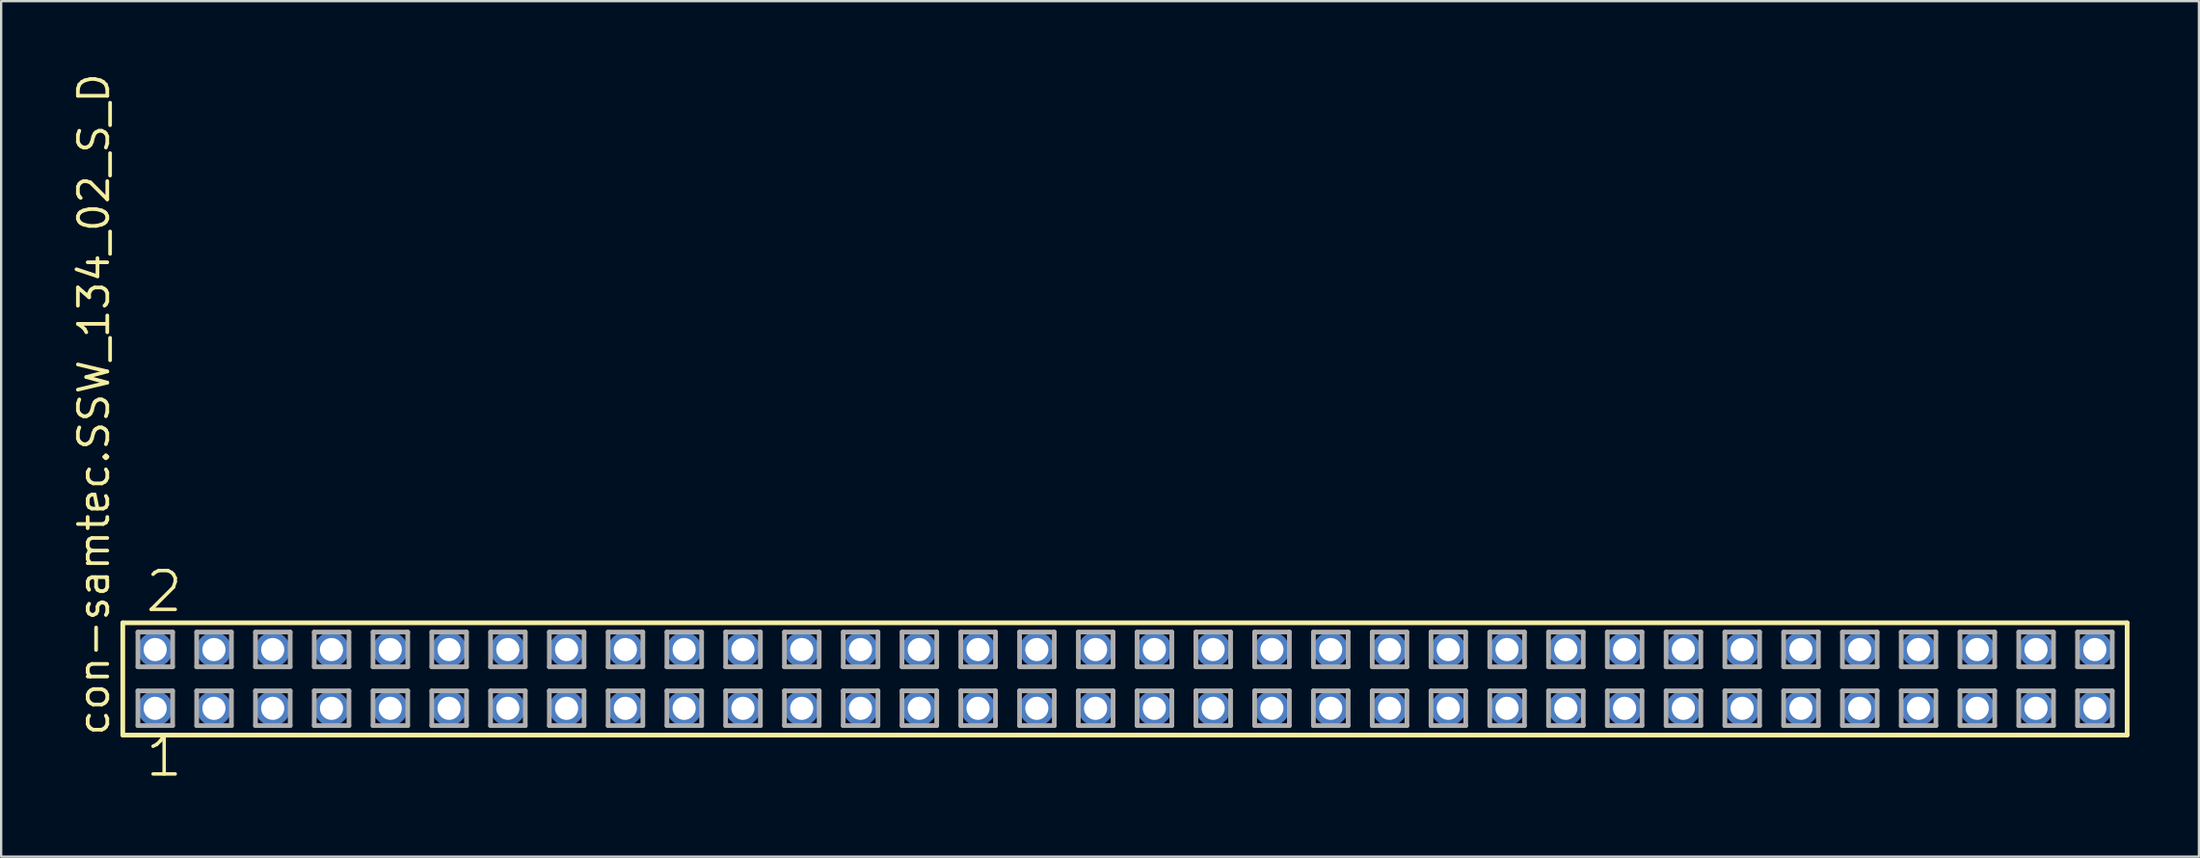
<source format=kicad_pcb>
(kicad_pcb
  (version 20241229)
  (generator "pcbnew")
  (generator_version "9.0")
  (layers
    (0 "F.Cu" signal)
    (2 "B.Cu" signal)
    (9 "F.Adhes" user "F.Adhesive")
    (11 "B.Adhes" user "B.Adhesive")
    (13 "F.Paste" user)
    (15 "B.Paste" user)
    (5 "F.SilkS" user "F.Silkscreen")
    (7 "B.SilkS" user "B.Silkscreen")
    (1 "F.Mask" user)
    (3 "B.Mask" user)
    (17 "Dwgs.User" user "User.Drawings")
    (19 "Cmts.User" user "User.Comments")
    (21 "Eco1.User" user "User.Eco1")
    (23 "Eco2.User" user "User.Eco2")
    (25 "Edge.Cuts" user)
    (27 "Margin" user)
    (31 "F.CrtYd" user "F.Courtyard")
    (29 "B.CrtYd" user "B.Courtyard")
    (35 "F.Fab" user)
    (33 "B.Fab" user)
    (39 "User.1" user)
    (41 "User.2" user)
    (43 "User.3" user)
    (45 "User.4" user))
  (footprint "con-samtec.SSW_134_02_S_D"
    (layer "F.Cu")
    (at 45.565 26.291)
    (property "Reference" "con-samtec.SSW_134_02_S_D" (at -43.815 2.54 90) (layer "F.SilkS") (effects (font (size 1.27 1.27) (thickness 0.16)) (justify left bottom)))
    (attr through_hole)
    (fp_line (start -43.309 -2.425) (end 43.309 -2.425) (stroke (width 0.203) (type default)) (layer "F.SilkS"))
    (fp_line (start -43.309 2.425) (end -43.309 -2.425) (stroke (width 0.203) (type default)) (layer "F.SilkS"))
    (fp_line (start 43.309 -2.425) (end 43.309 2.425) (stroke (width 0.203) (type default)) (layer "F.SilkS"))
    (fp_line (start 43.309 2.425) (end -43.309 2.425) (stroke (width 0.203) (type default)) (layer "F.SilkS"))
    (fp_line (start -42.655 -2.025) (end -41.155 -2.025) (stroke (width 0.203) (type default)) (layer "F.Fab"))
    (fp_line (start -42.655 -0.525) (end -42.655 -2.025) (stroke (width 0.203) (type default)) (layer "F.Fab"))
    (fp_line (start -42.655 0.515) (end -41.155 0.515) (stroke (width 0.203) (type default)) (layer "F.Fab"))
    (fp_line (start -42.655 2.015) (end -42.655 0.515) (stroke (width 0.203) (type default)) (layer "F.Fab"))
    (fp_line (start -41.155 -2.025) (end -41.155 -0.525) (stroke (width 0.203) (type default)) (layer "F.Fab"))
    (fp_line (start -41.155 -0.525) (end -42.655 -0.525) (stroke (width 0.203) (type default)) (layer "F.Fab"))
    (fp_line (start -41.155 0.515) (end -41.155 2.015) (stroke (width 0.203) (type default)) (layer "F.Fab"))
    (fp_line (start -41.155 2.015) (end -42.655 2.015) (stroke (width 0.203) (type default)) (layer "F.Fab"))
    (fp_line (start -40.115 -2.025) (end -38.615 -2.025) (stroke (width 0.203) (type default)) (layer "F.Fab"))
    (fp_line (start -40.115 -0.525) (end -40.115 -2.025) (stroke (width 0.203) (type default)) (layer "F.Fab"))
    (fp_line (start -40.115 0.515) (end -38.615 0.515) (stroke (width 0.203) (type default)) (layer "F.Fab"))
    (fp_line (start -40.115 2.015) (end -40.115 0.515) (stroke (width 0.203) (type default)) (layer "F.Fab"))
    (fp_line (start -38.615 -2.025) (end -38.615 -0.525) (stroke (width 0.203) (type default)) (layer "F.Fab"))
    (fp_line (start -38.615 -0.525) (end -40.115 -0.525) (stroke (width 0.203) (type default)) (layer "F.Fab"))
    (fp_line (start -38.615 0.515) (end -38.615 2.015) (stroke (width 0.203) (type default)) (layer "F.Fab"))
    (fp_line (start -38.615 2.015) (end -40.115 2.015) (stroke (width 0.203) (type default)) (layer "F.Fab"))
    (fp_line (start -37.575 -2.025) (end -36.075 -2.025) (stroke (width 0.203) (type default)) (layer "F.Fab"))
    (fp_line (start -37.575 -0.525) (end -37.575 -2.025) (stroke (width 0.203) (type default)) (layer "F.Fab"))
    (fp_line (start -37.575 0.515) (end -36.075 0.515) (stroke (width 0.203) (type default)) (layer "F.Fab"))
    (fp_line (start -37.575 2.015) (end -37.575 0.515) (stroke (width 0.203) (type default)) (layer "F.Fab"))
    (fp_line (start -36.075 -2.025) (end -36.075 -0.525) (stroke (width 0.203) (type default)) (layer "F.Fab"))
    (fp_line (start -36.075 -0.525) (end -37.575 -0.525) (stroke (width 0.203) (type default)) (layer "F.Fab"))
    (fp_line (start -36.075 0.515) (end -36.075 2.015) (stroke (width 0.203) (type default)) (layer "F.Fab"))
    (fp_line (start -36.075 2.015) (end -37.575 2.015) (stroke (width 0.203) (type default)) (layer "F.Fab"))
    (fp_line (start -35.035 -2.025) (end -33.535 -2.025) (stroke (width 0.203) (type default)) (layer "F.Fab"))
    (fp_line (start -35.035 -0.525) (end -35.035 -2.025) (stroke (width 0.203) (type default)) (layer "F.Fab"))
    (fp_line (start -35.035 0.515) (end -33.535 0.515) (stroke (width 0.203) (type default)) (layer "F.Fab"))
    (fp_line (start -35.035 2.015) (end -35.035 0.515) (stroke (width 0.203) (type default)) (layer "F.Fab"))
    (fp_line (start -33.535 -2.025) (end -33.535 -0.525) (stroke (width 0.203) (type default)) (layer "F.Fab"))
    (fp_line (start -33.535 -0.525) (end -35.035 -0.525) (stroke (width 0.203) (type default)) (layer "F.Fab"))
    (fp_line (start -33.535 0.515) (end -33.535 2.015) (stroke (width 0.203) (type default)) (layer "F.Fab"))
    (fp_line (start -33.535 2.015) (end -35.035 2.015) (stroke (width 0.203) (type default)) (layer "F.Fab"))
    (fp_line (start -32.495 -2.025) (end -30.995 -2.025) (stroke (width 0.203) (type default)) (layer "F.Fab"))
    (fp_line (start -32.495 -0.525) (end -32.495 -2.025) (stroke (width 0.203) (type default)) (layer "F.Fab"))
    (fp_line (start -32.495 0.515) (end -30.995 0.515) (stroke (width 0.203) (type default)) (layer "F.Fab"))
    (fp_line (start -32.495 2.015) (end -32.495 0.515) (stroke (width 0.203) (type default)) (layer "F.Fab"))
    (fp_line (start -30.995 -2.025) (end -30.995 -0.525) (stroke (width 0.203) (type default)) (layer "F.Fab"))
    (fp_line (start -30.995 -0.525) (end -32.495 -0.525) (stroke (width 0.203) (type default)) (layer "F.Fab"))
    (fp_line (start -30.995 0.515) (end -30.995 2.015) (stroke (width 0.203) (type default)) (layer "F.Fab"))
    (fp_line (start -30.995 2.015) (end -32.495 2.015) (stroke (width 0.203) (type default)) (layer "F.Fab"))
    (fp_line (start -29.955 -2.025) (end -28.455 -2.025) (stroke (width 0.203) (type default)) (layer "F.Fab"))
    (fp_line (start -29.955 -0.525) (end -29.955 -2.025) (stroke (width 0.203) (type default)) (layer "F.Fab"))
    (fp_line (start -29.955 0.515) (end -28.455 0.515) (stroke (width 0.203) (type default)) (layer "F.Fab"))
    (fp_line (start -29.955 2.015) (end -29.955 0.515) (stroke (width 0.203) (type default)) (layer "F.Fab"))
    (fp_line (start -28.455 -2.025) (end -28.455 -0.525) (stroke (width 0.203) (type default)) (layer "F.Fab"))
    (fp_line (start -28.455 -0.525) (end -29.955 -0.525) (stroke (width 0.203) (type default)) (layer "F.Fab"))
    (fp_line (start -28.455 0.515) (end -28.455 2.015) (stroke (width 0.203) (type default)) (layer "F.Fab"))
    (fp_line (start -28.455 2.015) (end -29.955 2.015) (stroke (width 0.203) (type default)) (layer "F.Fab"))
    (fp_line (start -27.415 -2.025) (end -25.915 -2.025) (stroke (width 0.203) (type default)) (layer "F.Fab"))
    (fp_line (start -27.415 -0.525) (end -27.415 -2.025) (stroke (width 0.203) (type default)) (layer "F.Fab"))
    (fp_line (start -27.415 0.515) (end -25.915 0.515) (stroke (width 0.203) (type default)) (layer "F.Fab"))
    (fp_line (start -27.415 2.015) (end -27.415 0.515) (stroke (width 0.203) (type default)) (layer "F.Fab"))
    (fp_line (start -25.915 -2.025) (end -25.915 -0.525) (stroke (width 0.203) (type default)) (layer "F.Fab"))
    (fp_line (start -25.915 -0.525) (end -27.415 -0.525) (stroke (width 0.203) (type default)) (layer "F.Fab"))
    (fp_line (start -25.915 0.515) (end -25.915 2.015) (stroke (width 0.203) (type default)) (layer "F.Fab"))
    (fp_line (start -25.915 2.015) (end -27.415 2.015) (stroke (width 0.203) (type default)) (layer "F.Fab"))
    (fp_line (start -24.875 -2.025) (end -23.375 -2.025) (stroke (width 0.203) (type default)) (layer "F.Fab"))
    (fp_line (start -24.875 -0.525) (end -24.875 -2.025) (stroke (width 0.203) (type default)) (layer "F.Fab"))
    (fp_line (start -24.875 0.515) (end -23.375 0.515) (stroke (width 0.203) (type default)) (layer "F.Fab"))
    (fp_line (start -24.875 2.015) (end -24.875 0.515) (stroke (width 0.203) (type default)) (layer "F.Fab"))
    (fp_line (start -23.375 -2.025) (end -23.375 -0.525) (stroke (width 0.203) (type default)) (layer "F.Fab"))
    (fp_line (start -23.375 -0.525) (end -24.875 -0.525) (stroke (width 0.203) (type default)) (layer "F.Fab"))
    (fp_line (start -23.375 0.515) (end -23.375 2.015) (stroke (width 0.203) (type default)) (layer "F.Fab"))
    (fp_line (start -23.375 2.015) (end -24.875 2.015) (stroke (width 0.203) (type default)) (layer "F.Fab"))
    (fp_line (start -22.335 -2.025) (end -20.835 -2.025) (stroke (width 0.203) (type default)) (layer "F.Fab"))
    (fp_line (start -22.335 -0.525) (end -22.335 -2.025) (stroke (width 0.203) (type default)) (layer "F.Fab"))
    (fp_line (start -22.335 0.515) (end -20.835 0.515) (stroke (width 0.203) (type default)) (layer "F.Fab"))
    (fp_line (start -22.335 2.015) (end -22.335 0.515) (stroke (width 0.203) (type default)) (layer "F.Fab"))
    (fp_line (start -20.835 -2.025) (end -20.835 -0.525) (stroke (width 0.203) (type default)) (layer "F.Fab"))
    (fp_line (start -20.835 -0.525) (end -22.335 -0.525) (stroke (width 0.203) (type default)) (layer "F.Fab"))
    (fp_line (start -20.835 0.515) (end -20.835 2.015) (stroke (width 0.203) (type default)) (layer "F.Fab"))
    (fp_line (start -20.835 2.015) (end -22.335 2.015) (stroke (width 0.203) (type default)) (layer "F.Fab"))
    (fp_line (start -19.795 -2.025) (end -18.295 -2.025) (stroke (width 0.203) (type default)) (layer "F.Fab"))
    (fp_line (start -19.795 -0.525) (end -19.795 -2.025) (stroke (width 0.203) (type default)) (layer "F.Fab"))
    (fp_line (start -19.795 0.515) (end -18.295 0.515) (stroke (width 0.203) (type default)) (layer "F.Fab"))
    (fp_line (start -19.795 2.015) (end -19.795 0.515) (stroke (width 0.203) (type default)) (layer "F.Fab"))
    (fp_line (start -18.295 -2.025) (end -18.295 -0.525) (stroke (width 0.203) (type default)) (layer "F.Fab"))
    (fp_line (start -18.295 -0.525) (end -19.795 -0.525) (stroke (width 0.203) (type default)) (layer "F.Fab"))
    (fp_line (start -18.295 0.515) (end -18.295 2.015) (stroke (width 0.203) (type default)) (layer "F.Fab"))
    (fp_line (start -18.295 2.015) (end -19.795 2.015) (stroke (width 0.203) (type default)) (layer "F.Fab"))
    (fp_line (start -17.255 -2.025) (end -15.755 -2.025) (stroke (width 0.203) (type default)) (layer "F.Fab"))
    (fp_line (start -17.255 -0.525) (end -17.255 -2.025) (stroke (width 0.203) (type default)) (layer "F.Fab"))
    (fp_line (start -17.255 0.515) (end -15.755 0.515) (stroke (width 0.203) (type default)) (layer "F.Fab"))
    (fp_line (start -17.255 2.015) (end -17.255 0.515) (stroke (width 0.203) (type default)) (layer "F.Fab"))
    (fp_line (start -15.755 -2.025) (end -15.755 -0.525) (stroke (width 0.203) (type default)) (layer "F.Fab"))
    (fp_line (start -15.755 -0.525) (end -17.255 -0.525) (stroke (width 0.203) (type default)) (layer "F.Fab"))
    (fp_line (start -15.755 0.515) (end -15.755 2.015) (stroke (width 0.203) (type default)) (layer "F.Fab"))
    (fp_line (start -15.755 2.015) (end -17.255 2.015) (stroke (width 0.203) (type default)) (layer "F.Fab"))
    (fp_line (start -14.715 -2.025) (end -13.215 -2.025) (stroke (width 0.203) (type default)) (layer "F.Fab"))
    (fp_line (start -14.715 -0.525) (end -14.715 -2.025) (stroke (width 0.203) (type default)) (layer "F.Fab"))
    (fp_line (start -14.715 0.515) (end -13.215 0.515) (stroke (width 0.203) (type default)) (layer "F.Fab"))
    (fp_line (start -14.715 2.015) (end -14.715 0.515) (stroke (width 0.203) (type default)) (layer "F.Fab"))
    (fp_line (start -13.215 -2.025) (end -13.215 -0.525) (stroke (width 0.203) (type default)) (layer "F.Fab"))
    (fp_line (start -13.215 -0.525) (end -14.715 -0.525) (stroke (width 0.203) (type default)) (layer "F.Fab"))
    (fp_line (start -13.215 0.515) (end -13.215 2.015) (stroke (width 0.203) (type default)) (layer "F.Fab"))
    (fp_line (start -13.215 2.015) (end -14.715 2.015) (stroke (width 0.203) (type default)) (layer "F.Fab"))
    (fp_line (start -12.175 -2.025) (end -10.675 -2.025) (stroke (width 0.203) (type default)) (layer "F.Fab"))
    (fp_line (start -12.175 -0.525) (end -12.175 -2.025) (stroke (width 0.203) (type default)) (layer "F.Fab"))
    (fp_line (start -12.175 0.515) (end -10.675 0.515) (stroke (width 0.203) (type default)) (layer "F.Fab"))
    (fp_line (start -12.175 2.015) (end -12.175 0.515) (stroke (width 0.203) (type default)) (layer "F.Fab"))
    (fp_line (start -10.675 -2.025) (end -10.675 -0.525) (stroke (width 0.203) (type default)) (layer "F.Fab"))
    (fp_line (start -10.675 -0.525) (end -12.175 -0.525) (stroke (width 0.203) (type default)) (layer "F.Fab"))
    (fp_line (start -10.675 0.515) (end -10.675 2.015) (stroke (width 0.203) (type default)) (layer "F.Fab"))
    (fp_line (start -10.675 2.015) (end -12.175 2.015) (stroke (width 0.203) (type default)) (layer "F.Fab"))
    (fp_line (start -9.635 -2.025) (end -8.135 -2.025) (stroke (width 0.203) (type default)) (layer "F.Fab"))
    (fp_line (start -9.635 -0.525) (end -9.635 -2.025) (stroke (width 0.203) (type default)) (layer "F.Fab"))
    (fp_line (start -9.635 0.515) (end -8.135 0.515) (stroke (width 0.203) (type default)) (layer "F.Fab"))
    (fp_line (start -9.635 2.015) (end -9.635 0.515) (stroke (width 0.203) (type default)) (layer "F.Fab"))
    (fp_line (start -8.135 -2.025) (end -8.135 -0.525) (stroke (width 0.203) (type default)) (layer "F.Fab"))
    (fp_line (start -8.135 -0.525) (end -9.635 -0.525) (stroke (width 0.203) (type default)) (layer "F.Fab"))
    (fp_line (start -8.135 0.515) (end -8.135 2.015) (stroke (width 0.203) (type default)) (layer "F.Fab"))
    (fp_line (start -8.135 2.015) (end -9.635 2.015) (stroke (width 0.203) (type default)) (layer "F.Fab"))
    (fp_line (start -7.095 -2.025) (end -5.595 -2.025) (stroke (width 0.203) (type default)) (layer "F.Fab"))
    (fp_line (start -7.095 -0.525) (end -7.095 -2.025) (stroke (width 0.203) (type default)) (layer "F.Fab"))
    (fp_line (start -7.095 0.515) (end -5.595 0.515) (stroke (width 0.203) (type default)) (layer "F.Fab"))
    (fp_line (start -7.095 2.015) (end -7.095 0.515) (stroke (width 0.203) (type default)) (layer "F.Fab"))
    (fp_line (start -5.595 -2.025) (end -5.595 -0.525) (stroke (width 0.203) (type default)) (layer "F.Fab"))
    (fp_line (start -5.595 -0.525) (end -7.095 -0.525) (stroke (width 0.203) (type default)) (layer "F.Fab"))
    (fp_line (start -5.595 0.515) (end -5.595 2.015) (stroke (width 0.203) (type default)) (layer "F.Fab"))
    (fp_line (start -5.595 2.015) (end -7.095 2.015) (stroke (width 0.203) (type default)) (layer "F.Fab"))
    (fp_line (start -4.555 -2.025) (end -3.055 -2.025) (stroke (width 0.203) (type default)) (layer "F.Fab"))
    (fp_line (start -4.555 -0.525) (end -4.555 -2.025) (stroke (width 0.203) (type default)) (layer "F.Fab"))
    (fp_line (start -4.555 0.515) (end -3.055 0.515) (stroke (width 0.203) (type default)) (layer "F.Fab"))
    (fp_line (start -4.555 2.015) (end -4.555 0.515) (stroke (width 0.203) (type default)) (layer "F.Fab"))
    (fp_line (start -3.055 -2.025) (end -3.055 -0.525) (stroke (width 0.203) (type default)) (layer "F.Fab"))
    (fp_line (start -3.055 -0.525) (end -4.555 -0.525) (stroke (width 0.203) (type default)) (layer "F.Fab"))
    (fp_line (start -3.055 0.515) (end -3.055 2.015) (stroke (width 0.203) (type default)) (layer "F.Fab"))
    (fp_line (start -3.055 2.015) (end -4.555 2.015) (stroke (width 0.203) (type default)) (layer "F.Fab"))
    (fp_line (start -2.015 -2.025) (end -0.515 -2.025) (stroke (width 0.203) (type default)) (layer "F.Fab"))
    (fp_line (start -2.015 -0.525) (end -2.015 -2.025) (stroke (width 0.203) (type default)) (layer "F.Fab"))
    (fp_line (start -2.015 0.515) (end -0.515 0.515) (stroke (width 0.203) (type default)) (layer "F.Fab"))
    (fp_line (start -2.015 2.015) (end -2.015 0.515) (stroke (width 0.203) (type default)) (layer "F.Fab"))
    (fp_line (start -0.515 -2.025) (end -0.515 -0.525) (stroke (width 0.203) (type default)) (layer "F.Fab"))
    (fp_line (start -0.515 -0.525) (end -2.015 -0.525) (stroke (width 0.203) (type default)) (layer "F.Fab"))
    (fp_line (start -0.515 0.515) (end -0.515 2.015) (stroke (width 0.203) (type default)) (layer "F.Fab"))
    (fp_line (start -0.515 2.015) (end -2.015 2.015) (stroke (width 0.203) (type default)) (layer "F.Fab"))
    (fp_line (start 0.525 -2.025) (end 2.025 -2.025) (stroke (width 0.203) (type default)) (layer "F.Fab"))
    (fp_line (start 0.525 -0.525) (end 0.525 -2.025) (stroke (width 0.203) (type default)) (layer "F.Fab"))
    (fp_line (start 0.525 0.515) (end 2.025 0.515) (stroke (width 0.203) (type default)) (layer "F.Fab"))
    (fp_line (start 0.525 2.015) (end 0.525 0.515) (stroke (width 0.203) (type default)) (layer "F.Fab"))
    (fp_line (start 2.025 -2.025) (end 2.025 -0.525) (stroke (width 0.203) (type default)) (layer "F.Fab"))
    (fp_line (start 2.025 -0.525) (end 0.525 -0.525) (stroke (width 0.203) (type default)) (layer "F.Fab"))
    (fp_line (start 2.025 0.515) (end 2.025 2.015) (stroke (width 0.203) (type default)) (layer "F.Fab"))
    (fp_line (start 2.025 2.015) (end 0.525 2.015) (stroke (width 0.203) (type default)) (layer "F.Fab"))
    (fp_line (start 3.065 -2.025) (end 4.565 -2.025) (stroke (width 0.203) (type default)) (layer "F.Fab"))
    (fp_line (start 3.065 -0.525) (end 3.065 -2.025) (stroke (width 0.203) (type default)) (layer "F.Fab"))
    (fp_line (start 3.065 0.515) (end 4.565 0.515) (stroke (width 0.203) (type default)) (layer "F.Fab"))
    (fp_line (start 3.065 2.015) (end 3.065 0.515) (stroke (width 0.203) (type default)) (layer "F.Fab"))
    (fp_line (start 4.565 -2.025) (end 4.565 -0.525) (stroke (width 0.203) (type default)) (layer "F.Fab"))
    (fp_line (start 4.565 -0.525) (end 3.065 -0.525) (stroke (width 0.203) (type default)) (layer "F.Fab"))
    (fp_line (start 4.565 0.515) (end 4.565 2.015) (stroke (width 0.203) (type default)) (layer "F.Fab"))
    (fp_line (start 4.565 2.015) (end 3.065 2.015) (stroke (width 0.203) (type default)) (layer "F.Fab"))
    (fp_line (start 5.605 -2.025) (end 7.105 -2.025) (stroke (width 0.203) (type default)) (layer "F.Fab"))
    (fp_line (start 5.605 -0.525) (end 5.605 -2.025) (stroke (width 0.203) (type default)) (layer "F.Fab"))
    (fp_line (start 5.605 0.515) (end 7.105 0.515) (stroke (width 0.203) (type default)) (layer "F.Fab"))
    (fp_line (start 5.605 2.015) (end 5.605 0.515) (stroke (width 0.203) (type default)) (layer "F.Fab"))
    (fp_line (start 7.105 -2.025) (end 7.105 -0.525) (stroke (width 0.203) (type default)) (layer "F.Fab"))
    (fp_line (start 7.105 -0.525) (end 5.605 -0.525) (stroke (width 0.203) (type default)) (layer "F.Fab"))
    (fp_line (start 7.105 0.515) (end 7.105 2.015) (stroke (width 0.203) (type default)) (layer "F.Fab"))
    (fp_line (start 7.105 2.015) (end 5.605 2.015) (stroke (width 0.203) (type default)) (layer "F.Fab"))
    (fp_line (start 8.145 -2.025) (end 9.645 -2.025) (stroke (width 0.203) (type default)) (layer "F.Fab"))
    (fp_line (start 8.145 -0.525) (end 8.145 -2.025) (stroke (width 0.203) (type default)) (layer "F.Fab"))
    (fp_line (start 8.145 0.515) (end 9.645 0.515) (stroke (width 0.203) (type default)) (layer "F.Fab"))
    (fp_line (start 8.145 2.015) (end 8.145 0.515) (stroke (width 0.203) (type default)) (layer "F.Fab"))
    (fp_line (start 9.645 -2.025) (end 9.645 -0.525) (stroke (width 0.203) (type default)) (layer "F.Fab"))
    (fp_line (start 9.645 -0.525) (end 8.145 -0.525) (stroke (width 0.203) (type default)) (layer "F.Fab"))
    (fp_line (start 9.645 0.515) (end 9.645 2.015) (stroke (width 0.203) (type default)) (layer "F.Fab"))
    (fp_line (start 9.645 2.015) (end 8.145 2.015) (stroke (width 0.203) (type default)) (layer "F.Fab"))
    (fp_line (start 10.685 -2.025) (end 12.185 -2.025) (stroke (width 0.203) (type default)) (layer "F.Fab"))
    (fp_line (start 10.685 -0.525) (end 10.685 -2.025) (stroke (width 0.203) (type default)) (layer "F.Fab"))
    (fp_line (start 10.685 0.515) (end 12.185 0.515) (stroke (width 0.203) (type default)) (layer "F.Fab"))
    (fp_line (start 10.685 2.015) (end 10.685 0.515) (stroke (width 0.203) (type default)) (layer "F.Fab"))
    (fp_line (start 12.185 -2.025) (end 12.185 -0.525) (stroke (width 0.203) (type default)) (layer "F.Fab"))
    (fp_line (start 12.185 -0.525) (end 10.685 -0.525) (stroke (width 0.203) (type default)) (layer "F.Fab"))
    (fp_line (start 12.185 0.515) (end 12.185 2.015) (stroke (width 0.203) (type default)) (layer "F.Fab"))
    (fp_line (start 12.185 2.015) (end 10.685 2.015) (stroke (width 0.203) (type default)) (layer "F.Fab"))
    (fp_line (start 13.225 -2.025) (end 14.725 -2.025) (stroke (width 0.203) (type default)) (layer "F.Fab"))
    (fp_line (start 13.225 -0.525) (end 13.225 -2.025) (stroke (width 0.203) (type default)) (layer "F.Fab"))
    (fp_line (start 13.225 0.515) (end 14.725 0.515) (stroke (width 0.203) (type default)) (layer "F.Fab"))
    (fp_line (start 13.225 2.015) (end 13.225 0.515) (stroke (width 0.203) (type default)) (layer "F.Fab"))
    (fp_line (start 14.725 -2.025) (end 14.725 -0.525) (stroke (width 0.203) (type default)) (layer "F.Fab"))
    (fp_line (start 14.725 -0.525) (end 13.225 -0.525) (stroke (width 0.203) (type default)) (layer "F.Fab"))
    (fp_line (start 14.725 0.515) (end 14.725 2.015) (stroke (width 0.203) (type default)) (layer "F.Fab"))
    (fp_line (start 14.725 2.015) (end 13.225 2.015) (stroke (width 0.203) (type default)) (layer "F.Fab"))
    (fp_line (start 15.765 -2.025) (end 17.265 -2.025) (stroke (width 0.203) (type default)) (layer "F.Fab"))
    (fp_line (start 15.765 -0.525) (end 15.765 -2.025) (stroke (width 0.203) (type default)) (layer "F.Fab"))
    (fp_line (start 15.765 0.515) (end 17.265 0.515) (stroke (width 0.203) (type default)) (layer "F.Fab"))
    (fp_line (start 15.765 2.015) (end 15.765 0.515) (stroke (width 0.203) (type default)) (layer "F.Fab"))
    (fp_line (start 17.265 -2.025) (end 17.265 -0.525) (stroke (width 0.203) (type default)) (layer "F.Fab"))
    (fp_line (start 17.265 -0.525) (end 15.765 -0.525) (stroke (width 0.203) (type default)) (layer "F.Fab"))
    (fp_line (start 17.265 0.515) (end 17.265 2.015) (stroke (width 0.203) (type default)) (layer "F.Fab"))
    (fp_line (start 17.265 2.015) (end 15.765 2.015) (stroke (width 0.203) (type default)) (layer "F.Fab"))
    (fp_line (start 18.305 -2.025) (end 19.805 -2.025) (stroke (width 0.203) (type default)) (layer "F.Fab"))
    (fp_line (start 18.305 -0.525) (end 18.305 -2.025) (stroke (width 0.203) (type default)) (layer "F.Fab"))
    (fp_line (start 18.305 0.515) (end 19.805 0.515) (stroke (width 0.203) (type default)) (layer "F.Fab"))
    (fp_line (start 18.305 2.015) (end 18.305 0.515) (stroke (width 0.203) (type default)) (layer "F.Fab"))
    (fp_line (start 19.805 -2.025) (end 19.805 -0.525) (stroke (width 0.203) (type default)) (layer "F.Fab"))
    (fp_line (start 19.805 -0.525) (end 18.305 -0.525) (stroke (width 0.203) (type default)) (layer "F.Fab"))
    (fp_line (start 19.805 0.515) (end 19.805 2.015) (stroke (width 0.203) (type default)) (layer "F.Fab"))
    (fp_line (start 19.805 2.015) (end 18.305 2.015) (stroke (width 0.203) (type default)) (layer "F.Fab"))
    (fp_line (start 20.845 -2.025) (end 22.345 -2.025) (stroke (width 0.203) (type default)) (layer "F.Fab"))
    (fp_line (start 20.845 -0.525) (end 20.845 -2.025) (stroke (width 0.203) (type default)) (layer "F.Fab"))
    (fp_line (start 20.845 0.515) (end 22.345 0.515) (stroke (width 0.203) (type default)) (layer "F.Fab"))
    (fp_line (start 20.845 2.015) (end 20.845 0.515) (stroke (width 0.203) (type default)) (layer "F.Fab"))
    (fp_line (start 22.345 -2.025) (end 22.345 -0.525) (stroke (width 0.203) (type default)) (layer "F.Fab"))
    (fp_line (start 22.345 -0.525) (end 20.845 -0.525) (stroke (width 0.203) (type default)) (layer "F.Fab"))
    (fp_line (start 22.345 0.515) (end 22.345 2.015) (stroke (width 0.203) (type default)) (layer "F.Fab"))
    (fp_line (start 22.345 2.015) (end 20.845 2.015) (stroke (width 0.203) (type default)) (layer "F.Fab"))
    (fp_line (start 23.385 -2.025) (end 24.885 -2.025) (stroke (width 0.203) (type default)) (layer "F.Fab"))
    (fp_line (start 23.385 -0.525) (end 23.385 -2.025) (stroke (width 0.203) (type default)) (layer "F.Fab"))
    (fp_line (start 23.385 0.515) (end 24.885 0.515) (stroke (width 0.203) (type default)) (layer "F.Fab"))
    (fp_line (start 23.385 2.015) (end 23.385 0.515) (stroke (width 0.203) (type default)) (layer "F.Fab"))
    (fp_line (start 24.885 -2.025) (end 24.885 -0.525) (stroke (width 0.203) (type default)) (layer "F.Fab"))
    (fp_line (start 24.885 -0.525) (end 23.385 -0.525) (stroke (width 0.203) (type default)) (layer "F.Fab"))
    (fp_line (start 24.885 0.515) (end 24.885 2.015) (stroke (width 0.203) (type default)) (layer "F.Fab"))
    (fp_line (start 24.885 2.015) (end 23.385 2.015) (stroke (width 0.203) (type default)) (layer "F.Fab"))
    (fp_line (start 25.925 -2.025) (end 27.425 -2.025) (stroke (width 0.203) (type default)) (layer "F.Fab"))
    (fp_line (start 25.925 -0.525) (end 25.925 -2.025) (stroke (width 0.203) (type default)) (layer "F.Fab"))
    (fp_line (start 25.925 0.515) (end 27.425 0.515) (stroke (width 0.203) (type default)) (layer "F.Fab"))
    (fp_line (start 25.925 2.015) (end 25.925 0.515) (stroke (width 0.203) (type default)) (layer "F.Fab"))
    (fp_line (start 27.425 -2.025) (end 27.425 -0.525) (stroke (width 0.203) (type default)) (layer "F.Fab"))
    (fp_line (start 27.425 -0.525) (end 25.925 -0.525) (stroke (width 0.203) (type default)) (layer "F.Fab"))
    (fp_line (start 27.425 0.515) (end 27.425 2.015) (stroke (width 0.203) (type default)) (layer "F.Fab"))
    (fp_line (start 27.425 2.015) (end 25.925 2.015) (stroke (width 0.203) (type default)) (layer "F.Fab"))
    (fp_line (start 28.465 -2.025) (end 29.965 -2.025) (stroke (width 0.203) (type default)) (layer "F.Fab"))
    (fp_line (start 28.465 -0.525) (end 28.465 -2.025) (stroke (width 0.203) (type default)) (layer "F.Fab"))
    (fp_line (start 28.465 0.515) (end 29.965 0.515) (stroke (width 0.203) (type default)) (layer "F.Fab"))
    (fp_line (start 28.465 2.015) (end 28.465 0.515) (stroke (width 0.203) (type default)) (layer "F.Fab"))
    (fp_line (start 29.965 -2.025) (end 29.965 -0.525) (stroke (width 0.203) (type default)) (layer "F.Fab"))
    (fp_line (start 29.965 -0.525) (end 28.465 -0.525) (stroke (width 0.203) (type default)) (layer "F.Fab"))
    (fp_line (start 29.965 0.515) (end 29.965 2.015) (stroke (width 0.203) (type default)) (layer "F.Fab"))
    (fp_line (start 29.965 2.015) (end 28.465 2.015) (stroke (width 0.203) (type default)) (layer "F.Fab"))
    (fp_line (start 31.005 -2.025) (end 32.505 -2.025) (stroke (width 0.203) (type default)) (layer "F.Fab"))
    (fp_line (start 31.005 -0.525) (end 31.005 -2.025) (stroke (width 0.203) (type default)) (layer "F.Fab"))
    (fp_line (start 31.005 0.515) (end 32.505 0.515) (stroke (width 0.203) (type default)) (layer "F.Fab"))
    (fp_line (start 31.005 2.015) (end 31.005 0.515) (stroke (width 0.203) (type default)) (layer "F.Fab"))
    (fp_line (start 32.505 -2.025) (end 32.505 -0.525) (stroke (width 0.203) (type default)) (layer "F.Fab"))
    (fp_line (start 32.505 -0.525) (end 31.005 -0.525) (stroke (width 0.203) (type default)) (layer "F.Fab"))
    (fp_line (start 32.505 0.515) (end 32.505 2.015) (stroke (width 0.203) (type default)) (layer "F.Fab"))
    (fp_line (start 32.505 2.015) (end 31.005 2.015) (stroke (width 0.203) (type default)) (layer "F.Fab"))
    (fp_line (start 33.545 -2.025) (end 35.045 -2.025) (stroke (width 0.203) (type default)) (layer "F.Fab"))
    (fp_line (start 33.545 -0.525) (end 33.545 -2.025) (stroke (width 0.203) (type default)) (layer "F.Fab"))
    (fp_line (start 33.545 0.515) (end 35.045 0.515) (stroke (width 0.203) (type default)) (layer "F.Fab"))
    (fp_line (start 33.545 2.015) (end 33.545 0.515) (stroke (width 0.203) (type default)) (layer "F.Fab"))
    (fp_line (start 35.045 -2.025) (end 35.045 -0.525) (stroke (width 0.203) (type default)) (layer "F.Fab"))
    (fp_line (start 35.045 -0.525) (end 33.545 -0.525) (stroke (width 0.203) (type default)) (layer "F.Fab"))
    (fp_line (start 35.045 0.515) (end 35.045 2.015) (stroke (width 0.203) (type default)) (layer "F.Fab"))
    (fp_line (start 35.045 2.015) (end 33.545 2.015) (stroke (width 0.203) (type default)) (layer "F.Fab"))
    (fp_line (start 36.085 -2.025) (end 37.585 -2.025) (stroke (width 0.203) (type default)) (layer "F.Fab"))
    (fp_line (start 36.085 -0.525) (end 36.085 -2.025) (stroke (width 0.203) (type default)) (layer "F.Fab"))
    (fp_line (start 36.085 0.515) (end 37.585 0.515) (stroke (width 0.203) (type default)) (layer "F.Fab"))
    (fp_line (start 36.085 2.015) (end 36.085 0.515) (stroke (width 0.203) (type default)) (layer "F.Fab"))
    (fp_line (start 37.585 -2.025) (end 37.585 -0.525) (stroke (width 0.203) (type default)) (layer "F.Fab"))
    (fp_line (start 37.585 -0.525) (end 36.085 -0.525) (stroke (width 0.203) (type default)) (layer "F.Fab"))
    (fp_line (start 37.585 0.515) (end 37.585 2.015) (stroke (width 0.203) (type default)) (layer "F.Fab"))
    (fp_line (start 37.585 2.015) (end 36.085 2.015) (stroke (width 0.203) (type default)) (layer "F.Fab"))
    (fp_line (start 38.625 -2.025) (end 40.125 -2.025) (stroke (width 0.203) (type default)) (layer "F.Fab"))
    (fp_line (start 38.625 -0.525) (end 38.625 -2.025) (stroke (width 0.203) (type default)) (layer "F.Fab"))
    (fp_line (start 38.625 0.515) (end 40.125 0.515) (stroke (width 0.203) (type default)) (layer "F.Fab"))
    (fp_line (start 38.625 2.015) (end 38.625 0.515) (stroke (width 0.203) (type default)) (layer "F.Fab"))
    (fp_line (start 40.125 -2.025) (end 40.125 -0.525) (stroke (width 0.203) (type default)) (layer "F.Fab"))
    (fp_line (start 40.125 -0.525) (end 38.625 -0.525) (stroke (width 0.203) (type default)) (layer "F.Fab"))
    (fp_line (start 40.125 0.515) (end 40.125 2.015) (stroke (width 0.203) (type default)) (layer "F.Fab"))
    (fp_line (start 40.125 2.015) (end 38.625 2.015) (stroke (width 0.203) (type default)) (layer "F.Fab"))
    (fp_line (start 41.165 -2.025) (end 42.665 -2.025) (stroke (width 0.203) (type default)) (layer "F.Fab"))
    (fp_line (start 41.165 -0.525) (end 41.165 -2.025) (stroke (width 0.203) (type default)) (layer "F.Fab"))
    (fp_line (start 41.165 0.515) (end 42.665 0.515) (stroke (width 0.203) (type default)) (layer "F.Fab"))
    (fp_line (start 41.165 2.015) (end 41.165 0.515) (stroke (width 0.203) (type default)) (layer "F.Fab"))
    (fp_line (start 42.665 -2.025) (end 42.665 -0.525) (stroke (width 0.203) (type default)) (layer "F.Fab"))
    (fp_line (start 42.665 -0.525) (end 41.165 -0.525) (stroke (width 0.203) (type default)) (layer "F.Fab"))
    (fp_line (start 42.665 0.515) (end 42.665 2.015) (stroke (width 0.203) (type default)) (layer "F.Fab"))
    (fp_line (start 42.665 2.015) (end 41.165 2.015) (stroke (width 0.203) (type default)) (layer "F.Fab"))
    (fp_text user "2" (at -42.418 -2.794 0) (layer "F.SilkS") (effects (font (size 1.676 1.676) (thickness 0.15)) (justify left bottom)))
    (fp_text user "1" (at -42.418 4.318 0) (layer "F.SilkS") (effects (font (size 1.676 1.676) (thickness 0.15)) (justify left bottom)))
    (pad "1" thru_hole circle (at -41.91 1.27) (size 1.5 1.5) (drill 1) (layers "*.Cu" "*.Mask"))
    (pad "2" thru_hole circle (at -41.91 -1.27) (size 1.5 1.5) (drill 1) (layers "*.Cu" "*.Mask"))
    (pad "3" thru_hole circle (at -39.37 1.27) (size 1.5 1.5) (drill 1) (layers "*.Cu" "*.Mask"))
    (pad "4" thru_hole circle (at -39.37 -1.27) (size 1.5 1.5) (drill 1) (layers "*.Cu" "*.Mask"))
    (pad "5" thru_hole circle (at -36.83 1.27) (size 1.5 1.5) (drill 1) (layers "*.Cu" "*.Mask"))
    (pad "6" thru_hole circle (at -36.83 -1.27) (size 1.5 1.5) (drill 1) (layers "*.Cu" "*.Mask"))
    (pad "7" thru_hole circle (at -34.29 1.27) (size 1.5 1.5) (drill 1) (layers "*.Cu" "*.Mask"))
    (pad "8" thru_hole circle (at -34.29 -1.27) (size 1.5 1.5) (drill 1) (layers "*.Cu" "*.Mask"))
    (pad "9" thru_hole circle (at -31.75 1.27) (size 1.5 1.5) (drill 1) (layers "*.Cu" "*.Mask"))
    (pad "10" thru_hole circle (at -31.75 -1.27) (size 1.5 1.5) (drill 1) (layers "*.Cu" "*.Mask"))
    (pad "11" thru_hole circle (at -29.21 1.27) (size 1.5 1.5) (drill 1) (layers "*.Cu" "*.Mask"))
    (pad "12" thru_hole circle (at -29.21 -1.27) (size 1.5 1.5) (drill 1) (layers "*.Cu" "*.Mask"))
    (pad "13" thru_hole circle (at -26.67 1.27) (size 1.5 1.5) (drill 1) (layers "*.Cu" "*.Mask"))
    (pad "14" thru_hole circle (at -26.67 -1.27) (size 1.5 1.5) (drill 1) (layers "*.Cu" "*.Mask"))
    (pad "15" thru_hole circle (at -24.13 1.27) (size 1.5 1.5) (drill 1) (layers "*.Cu" "*.Mask"))
    (pad "16" thru_hole circle (at -24.13 -1.27) (size 1.5 1.5) (drill 1) (layers "*.Cu" "*.Mask"))
    (pad "17" thru_hole circle (at -21.59 1.27) (size 1.5 1.5) (drill 1) (layers "*.Cu" "*.Mask"))
    (pad "18" thru_hole circle (at -21.59 -1.27) (size 1.5 1.5) (drill 1) (layers "*.Cu" "*.Mask"))
    (pad "19" thru_hole circle (at -19.05 1.27) (size 1.5 1.5) (drill 1) (layers "*.Cu" "*.Mask"))
    (pad "20" thru_hole circle (at -19.05 -1.27) (size 1.5 1.5) (drill 1) (layers "*.Cu" "*.Mask"))
    (pad "21" thru_hole circle (at -16.51 1.27) (size 1.5 1.5) (drill 1) (layers "*.Cu" "*.Mask"))
    (pad "22" thru_hole circle (at -16.51 -1.27) (size 1.5 1.5) (drill 1) (layers "*.Cu" "*.Mask"))
    (pad "23" thru_hole circle (at -13.97 1.27) (size 1.5 1.5) (drill 1) (layers "*.Cu" "*.Mask"))
    (pad "24" thru_hole circle (at -13.97 -1.27) (size 1.5 1.5) (drill 1) (layers "*.Cu" "*.Mask"))
    (pad "25" thru_hole circle (at -11.43 1.27) (size 1.5 1.5) (drill 1) (layers "*.Cu" "*.Mask"))
    (pad "26" thru_hole circle (at -11.43 -1.27) (size 1.5 1.5) (drill 1) (layers "*.Cu" "*.Mask"))
    (pad "27" thru_hole circle (at -8.89 1.27) (size 1.5 1.5) (drill 1) (layers "*.Cu" "*.Mask"))
    (pad "28" thru_hole circle (at -8.89 -1.27) (size 1.5 1.5) (drill 1) (layers "*.Cu" "*.Mask"))
    (pad "29" thru_hole circle (at -6.35 1.27) (size 1.5 1.5) (drill 1) (layers "*.Cu" "*.Mask"))
    (pad "30" thru_hole circle (at -6.35 -1.27) (size 1.5 1.5) (drill 1) (layers "*.Cu" "*.Mask"))
    (pad "31" thru_hole circle (at -3.81 1.27) (size 1.5 1.5) (drill 1) (layers "*.Cu" "*.Mask"))
    (pad "32" thru_hole circle (at -3.81 -1.27) (size 1.5 1.5) (drill 1) (layers "*.Cu" "*.Mask"))
    (pad "33" thru_hole circle (at -1.27 1.27) (size 1.5 1.5) (drill 1) (layers "*.Cu" "*.Mask"))
    (pad "34" thru_hole circle (at -1.27 -1.27) (size 1.5 1.5) (drill 1) (layers "*.Cu" "*.Mask"))
    (pad "35" thru_hole circle (at 1.27 1.27) (size 1.5 1.5) (drill 1) (layers "*.Cu" "*.Mask"))
    (pad "36" thru_hole circle (at 1.27 -1.27) (size 1.5 1.5) (drill 1) (layers "*.Cu" "*.Mask"))
    (pad "37" thru_hole circle (at 3.81 1.27) (size 1.5 1.5) (drill 1) (layers "*.Cu" "*.Mask"))
    (pad "38" thru_hole circle (at 3.81 -1.27) (size 1.5 1.5) (drill 1) (layers "*.Cu" "*.Mask"))
    (pad "39" thru_hole circle (at 6.35 1.27) (size 1.5 1.5) (drill 1) (layers "*.Cu" "*.Mask"))
    (pad "40" thru_hole circle (at 6.35 -1.27) (size 1.5 1.5) (drill 1) (layers "*.Cu" "*.Mask"))
    (pad "41" thru_hole circle (at 8.89 1.27) (size 1.5 1.5) (drill 1) (layers "*.Cu" "*.Mask"))
    (pad "42" thru_hole circle (at 8.89 -1.27) (size 1.5 1.5) (drill 1) (layers "*.Cu" "*.Mask"))
    (pad "43" thru_hole circle (at 11.43 1.27) (size 1.5 1.5) (drill 1) (layers "*.Cu" "*.Mask"))
    (pad "44" thru_hole circle (at 11.43 -1.27) (size 1.5 1.5) (drill 1) (layers "*.Cu" "*.Mask"))
    (pad "45" thru_hole circle (at 13.97 1.27) (size 1.5 1.5) (drill 1) (layers "*.Cu" "*.Mask"))
    (pad "46" thru_hole circle (at 13.97 -1.27) (size 1.5 1.5) (drill 1) (layers "*.Cu" "*.Mask"))
    (pad "47" thru_hole circle (at 16.51 1.27) (size 1.5 1.5) (drill 1) (layers "*.Cu" "*.Mask"))
    (pad "48" thru_hole circle (at 16.51 -1.27) (size 1.5 1.5) (drill 1) (layers "*.Cu" "*.Mask"))
    (pad "49" thru_hole circle (at 19.05 1.27) (size 1.5 1.5) (drill 1) (layers "*.Cu" "*.Mask"))
    (pad "50" thru_hole circle (at 19.05 -1.27) (size 1.5 1.5) (drill 1) (layers "*.Cu" "*.Mask"))
    (pad "51" thru_hole circle (at 21.59 1.27) (size 1.5 1.5) (drill 1) (layers "*.Cu" "*.Mask"))
    (pad "52" thru_hole circle (at 21.59 -1.27) (size 1.5 1.5) (drill 1) (layers "*.Cu" "*.Mask"))
    (pad "53" thru_hole circle (at 24.13 1.27) (size 1.5 1.5) (drill 1) (layers "*.Cu" "*.Mask"))
    (pad "54" thru_hole circle (at 24.13 -1.27) (size 1.5 1.5) (drill 1) (layers "*.Cu" "*.Mask"))
    (pad "55" thru_hole circle (at 26.67 1.27) (size 1.5 1.5) (drill 1) (layers "*.Cu" "*.Mask"))
    (pad "56" thru_hole circle (at 26.67 -1.27) (size 1.5 1.5) (drill 1) (layers "*.Cu" "*.Mask"))
    (pad "57" thru_hole circle (at 29.21 1.27) (size 1.5 1.5) (drill 1) (layers "*.Cu" "*.Mask"))
    (pad "58" thru_hole circle (at 29.21 -1.27) (size 1.5 1.5) (drill 1) (layers "*.Cu" "*.Mask"))
    (pad "59" thru_hole circle (at 31.75 1.27) (size 1.5 1.5) (drill 1) (layers "*.Cu" "*.Mask"))
    (pad "60" thru_hole circle (at 31.75 -1.27) (size 1.5 1.5) (drill 1) (layers "*.Cu" "*.Mask"))
    (pad "61" thru_hole circle (at 34.29 1.27) (size 1.5 1.5) (drill 1) (layers "*.Cu" "*.Mask"))
    (pad "62" thru_hole circle (at 34.29 -1.27) (size 1.5 1.5) (drill 1) (layers "*.Cu" "*.Mask"))
    (pad "63" thru_hole circle (at 36.83 1.27) (size 1.5 1.5) (drill 1) (layers "*.Cu" "*.Mask"))
    (pad "64" thru_hole circle (at 36.83 -1.27) (size 1.5 1.5) (drill 1) (layers "*.Cu" "*.Mask"))
    (pad "65" thru_hole circle (at 39.37 1.27) (size 1.5 1.5) (drill 1) (layers "*.Cu" "*.Mask"))
    (pad "66" thru_hole circle (at 39.37 -1.27) (size 1.5 1.5) (drill 1) (layers "*.Cu" "*.Mask"))
    (pad "67" thru_hole circle (at 41.91 1.27) (size 1.5 1.5) (drill 1) (layers "*.Cu" "*.Mask"))
    (pad "68" thru_hole circle (at 41.91 -1.27) (size 1.5 1.5) (drill 1) (layers "*.Cu" "*.Mask")))
  (gr_rect
    (start -3 -3)
    (end 91.976 33.971)
    (stroke (width 0.1) (type default))
    (fill no)
    (layer "Edge.Cuts")))
</source>
